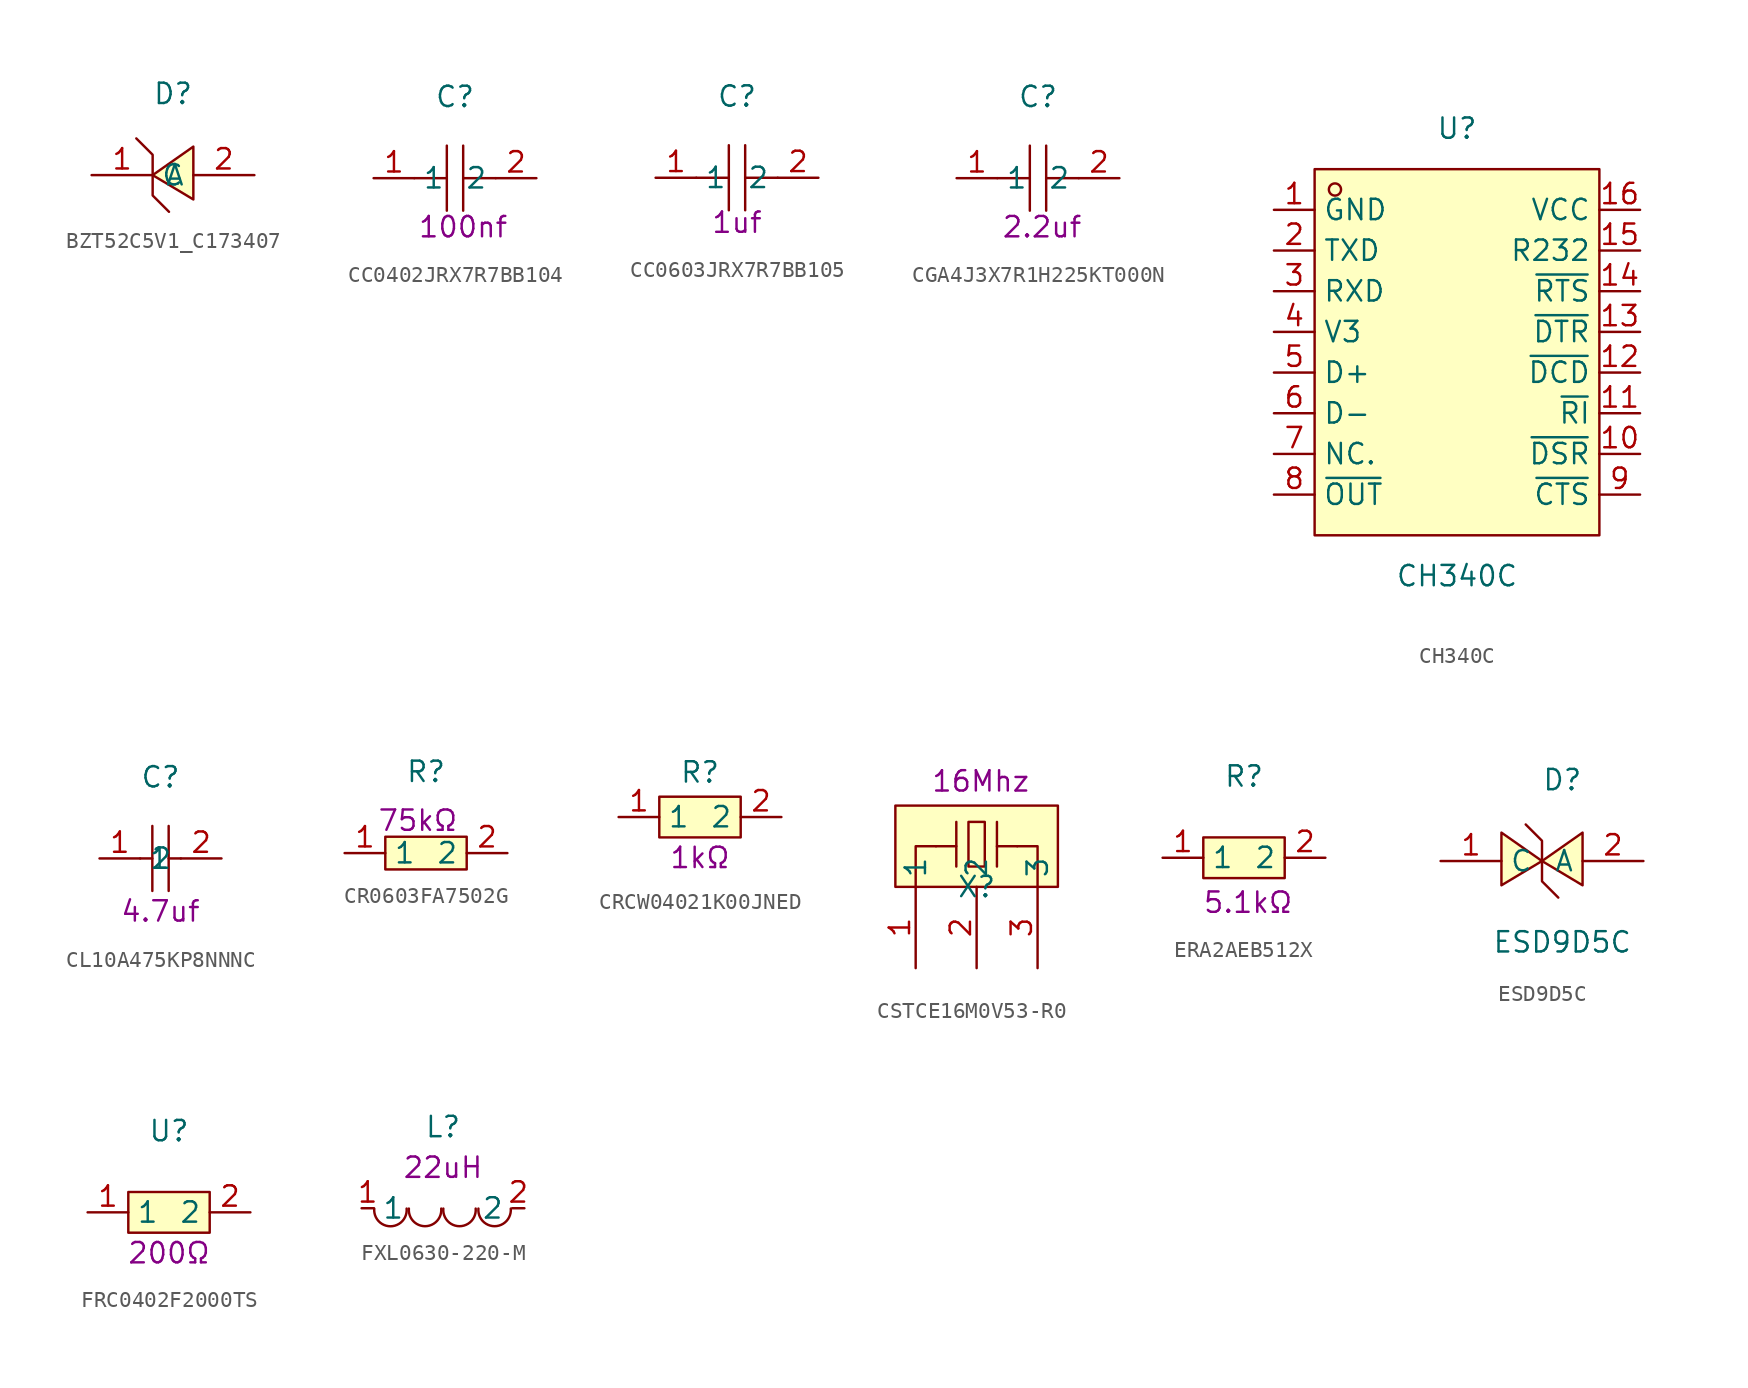
<source format=kicad_sym>
(kicad_symbol_lib
  (version 20241209)
  (generator "kicad_symbol_editor")
  (generator_version "9.0")
  (symbol "BZT52C5V1_C173407"
    (property "Reference" "D"
      (at 0 5.08 0)
      (effects (font (size 1.27 1.27))))
    (symbol "BZT52C5V1_C173407_0_1"
      (polyline (pts (xy -2.29 2.29) (xy -1.27 1.27) (xy -1.27 -1.27) (xy -0.25 -2.29)) (stroke (width 0) (type default)) (fill (type none)))
      (polyline (pts (xy 1.27 -1.52) (xy -1.27 0) (xy 1.27 1.78) (xy 1.27 -1.52)) (stroke (width 0) (type default)) (fill (type background)))
      (pin unspecified line (at -5.08 0 0) (length 3.81) (name "C" (effects (font (size 1.27 1.27)))) (number "1" (effects (font (size 1.27 1.27)))))
      (pin unspecified line (at 5.08 0 180) (length 3.81) (name "A" (effects (font (size 1.27 1.27)))) (number "2" (effects (font (size 1.27 1.27)))))))
  (symbol "CC0402JRX7R7BB104"
    (property "Reference" "C"
      (at 0 5.08 0)
      (effects (font (size 1.27 1.27))))
    (property "Description" "100nf"
      (at 0.508 -3.048 0)
      (effects (font (size 1.27 1.27))))
    (symbol "CC0402JRX7R7BB104_0_1"
      (polyline (pts (xy -0.51 0) (xy -2.54 0)) (stroke (width 0) (type default)) (fill (type none)))
      (polyline (pts (xy -0.51 -2.03) (xy -0.51 2.03)) (stroke (width 0) (type default)) (fill (type none)))
      (polyline (pts (xy 0.51 2.03) (xy 0.51 -2.03)) (stroke (width 0) (type default)) (fill (type none)))
      (polyline (pts (xy 2.54 0) (xy 0.51 0)) (stroke (width 0) (type default)) (fill (type none)))
      (pin unspecified line (at -5.08 0 0) (length 2.54) (name "1" (effects (font (size 1.27 1.27)))) (number "1" (effects (font (size 1.27 1.27)))))
      (pin unspecified line (at 5.08 0 180) (length 2.54) (name "2" (effects (font (size 1.27 1.27)))) (number "2" (effects (font (size 1.27 1.27)))))))
  (symbol "CC0603JRX7R7BB105"
    (property "Reference" "C"
      (at 0 5.08 0)
      (effects (font (size 1.27 1.27))))
    (property "Description" "1uf"
      (at 0 -2.794 0)
      (effects (font (size 1.27 1.27))))
    (symbol "CC0603JRX7R7BB105_0_1"
      (polyline (pts (xy -0.51 0) (xy -2.54 0)) (stroke (width 0) (type default)) (fill (type none)))
      (polyline (pts (xy -0.51 -2.03) (xy -0.51 2.03)) (stroke (width 0) (type default)) (fill (type none)))
      (polyline (pts (xy 0.51 2.03) (xy 0.51 -2.03)) (stroke (width 0) (type default)) (fill (type none)))
      (polyline (pts (xy 2.54 0) (xy 0.51 0)) (stroke (width 0) (type default)) (fill (type none)))
      (pin unspecified line (at -5.08 0 0) (length 2.54) (name "1" (effects (font (size 1.27 1.27)))) (number "1" (effects (font (size 1.27 1.27)))))
      (pin unspecified line (at 5.08 0 180) (length 2.54) (name "2" (effects (font (size 1.27 1.27)))) (number "2" (effects (font (size 1.27 1.27)))))))
  (symbol "CGA4J3X7R1H225KT000N"
    (property "Reference" "C"
      (at 0 5.08 0)
      (effects (font (size 1.27 1.27))))
    (property "Description" "2.2uf"
      (at 0.254 -3.048 0)
      (effects (font (size 1.27 1.27))))
    (symbol "CGA4J3X7R1H225KT000N_0_1"
      (polyline (pts (xy -0.51 0) (xy -2.54 0)) (stroke (width 0) (type default)) (fill (type none)))
      (polyline (pts (xy -0.51 -2.03) (xy -0.51 2.03)) (stroke (width 0) (type default)) (fill (type none)))
      (polyline (pts (xy 0.51 2.03) (xy 0.51 -2.03)) (stroke (width 0) (type default)) (fill (type none)))
      (polyline (pts (xy 2.54 0) (xy 0.51 0)) (stroke (width 0) (type default)) (fill (type none)))
      (pin unspecified line (at -5.08 0 0) (length 2.54) (name "1" (effects (font (size 1.27 1.27)))) (number "1" (effects (font (size 1.27 1.27)))))
      (pin unspecified line (at 5.08 0 180) (length 2.54) (name "2" (effects (font (size 1.27 1.27)))) (number "2" (effects (font (size 1.27 1.27)))))))
  (symbol "CH340C"
    (property "Reference" "U"
      (at 0 13.97 0)
      (effects (font (size 1.27 1.27))))
    (property "Value" "CH340C"
      (at 0 -13.97 0)
      (effects (font (size 1.27 1.27))))
    (symbol "CH340C_0_1"
      (rectangle (start -8.89 11.43) (end 8.89 -11.43) (stroke (width 0) (type default)) (fill (type background)))
      (circle (center -7.62 10.16) (radius 0.38) (stroke (width 0) (type default)) (fill (type none)))
      (pin unspecified line (at -11.43 8.89 0) (length 2.54) (name "GND" (effects (font (size 1.27 1.27)))) (number "1" (effects (font (size 1.27 1.27)))))
      (pin unspecified line (at -11.43 6.35 0) (length 2.54) (name "TXD" (effects (font (size 1.27 1.27)))) (number "2" (effects (font (size 1.27 1.27)))))
      (pin unspecified line (at -11.43 3.81 0) (length 2.54) (name "RXD" (effects (font (size 1.27 1.27)))) (number "3" (effects (font (size 1.27 1.27)))))
      (pin unspecified line (at -11.43 1.27 0) (length 2.54) (name "V3" (effects (font (size 1.27 1.27)))) (number "4" (effects (font (size 1.27 1.27)))))
      (pin unspecified line (at -11.43 -1.27 0) (length 2.54) (name "D+" (effects (font (size 1.27 1.27)))) (number "5" (effects (font (size 1.27 1.27)))))
      (pin unspecified line (at -11.43 -3.81 0) (length 2.54) (name "D-" (effects (font (size 1.27 1.27)))) (number "6" (effects (font (size 1.27 1.27)))))
      (pin unspecified line (at -11.43 -6.35 0) (length 2.54) (name "NC." (effects (font (size 1.27 1.27)))) (number "7" (effects (font (size 1.27 1.27)))))
      (pin unspecified line (at -11.43 -8.89 0) (length 2.54) (name "~{OUT}" (effects (font (size 1.27 1.27)))) (number "8" (effects (font (size 1.27 1.27)))))
      (pin unspecified line (at 11.43 8.89 180) (length 2.54) (name "VCC" (effects (font (size 1.27 1.27)))) (number "16" (effects (font (size 1.27 1.27)))))
      (pin unspecified line (at 11.43 6.35 180) (length 2.54) (name "R232" (effects (font (size 1.27 1.27)))) (number "15" (effects (font (size 1.27 1.27)))))
      (pin unspecified line (at 11.43 3.81 180) (length 2.54) (name "~{RTS}" (effects (font (size 1.27 1.27)))) (number "14" (effects (font (size 1.27 1.27)))))
      (pin unspecified line (at 11.43 1.27 180) (length 2.54) (name "~{DTR}" (effects (font (size 1.27 1.27)))) (number "13" (effects (font (size 1.27 1.27)))))
      (pin unspecified line (at 11.43 -1.27 180) (length 2.54) (name "~{DCD}" (effects (font (size 1.27 1.27)))) (number "12" (effects (font (size 1.27 1.27)))))
      (pin unspecified line (at 11.43 -3.81 180) (length 2.54) (name "~{RI}" (effects (font (size 1.27 1.27)))) (number "11" (effects (font (size 1.27 1.27)))))
      (pin unspecified line (at 11.43 -6.35 180) (length 2.54) (name "~{DSR}" (effects (font (size 1.27 1.27)))) (number "10" (effects (font (size 1.27 1.27)))))
      (pin unspecified line (at 11.43 -8.89 180) (length 2.54) (name "~{CTS}" (effects (font (size 1.27 1.27)))) (number "9" (effects (font (size 1.27 1.27)))))))
  (symbol "CL10A475KP8NNNC"
    (property "Reference" "C"
      (at 0 5.08 0)
      (effects (font (size 1.27 1.27))))
    (property "Description" "4.7uf"
      (at 0 -3.302 0)
      (effects (font (size 1.27 1.27))))
    (symbol "CL10A475KP8NNNC_0_1"
      (polyline (pts (xy -1.27 0) (xy -0.51 0)) (stroke (width 0) (type default)) (fill (type none)))
      (polyline (pts (xy -0.51 2.03) (xy -0.51 -2.03)) (stroke (width 0) (type default)) (fill (type none)))
      (polyline (pts (xy 0.51 2.03) (xy 0.51 -2.03)) (stroke (width 0) (type default)) (fill (type none)))
      (polyline (pts (xy 0.51 0) (xy 1.27 0)) (stroke (width 0) (type default)) (fill (type none)))
      (pin input line (at -3.81 0 0) (length 2.54) (name "1" (effects (font (size 1.27 1.27)))) (number "1" (effects (font (size 1.27 1.27)))))
      (pin input line (at 3.81 0 180) (length 2.54) (name "2" (effects (font (size 1.27 1.27)))) (number "2" (effects (font (size 1.27 1.27)))))))
  (symbol "CR0603FA7502G"
    (property "Reference" "R"
      (at 0 5.08 0)
      (effects (font (size 1.27 1.27))))
    (property "Description" "75kΩ"
      (at -0.508 2.032 0)
      (effects (font (size 1.27 1.27))))
    (symbol "CR0603FA7502G_0_1"
      (rectangle (start -2.54 1.02) (end 2.54 -1.02) (stroke (width 0) (type default)) (fill (type background)))
      (pin input line (at -5.08 0 0) (length 2.54) (name "1" (effects (font (size 1.27 1.27)))) (number "1" (effects (font (size 1.27 1.27)))))
      (pin input line (at 5.08 0 180) (length 2.54) (name "2" (effects (font (size 1.27 1.27)))) (number "2" (effects (font (size 1.27 1.27)))))))
  (symbol "CRCW04021K00JNED"
    (property "Reference" "R"
      (at 0 2.794 0)
      (effects (font (size 1.27 1.27))))
    (property "Description" "1kΩ"
      (at 0 -2.54 0)
      (effects (font (size 1.27 1.27))))
    (symbol "CRCW04021K00JNED_0_1"
      (rectangle (start -2.54 1.27) (end 2.54 -1.27) (stroke (width 0) (type default)) (fill (type background)))
      (pin unspecified line (at -5.08 0 0) (length 2.54) (name "1" (effects (font (size 1.27 1.27)))) (number "1" (effects (font (size 1.27 1.27)))))
      (pin unspecified line (at 5.08 0 180) (length 2.54) (name "2" (effects (font (size 1.27 1.27)))) (number "2" (effects (font (size 1.27 1.27)))))))
  (symbol "CSTCE16M0V53-R0"
    (property "Reference" "X"
      (at 0 0 0)
      (effects (font (size 1.27 1.27))))
    (property "Description" "16Mhz"
      (at 0.254 6.604 0)
      (effects (font (size 1.27 1.27))))
    (symbol "CSTCE16M0V53-R0_0_1"
      (rectangle (start -5.08 5.08) (end 5.08 0) (stroke (width 0) (type default)) (fill (type background)))
      (polyline (pts (xy -2.54 2.54) (xy -3.81 2.54) (xy -3.81 0)) (stroke (width 0) (type default)) (fill (type none)))
      (polyline (pts (xy -1.27 2.54) (xy -2.54 2.54)) (stroke (width 0) (type default)) (fill (type none)))
      (polyline (pts (xy -1.27 1.27) (xy -1.27 4.06)) (stroke (width 0) (type default)) (fill (type none)))
      (polyline (pts (xy 0.51 1.27) (xy 0 1.27) (xy -0.51 1.27) (xy -0.51 4.06) (xy 0.51 4.06) (xy 0.51 1.27)) (stroke (width 0) (type default)) (fill (type background)))
      (polyline (pts (xy 1.27 2.54) (xy 2.54 2.54)) (stroke (width 0) (type default)) (fill (type none)))
      (polyline (pts (xy 1.27 1.27) (xy 1.27 4.06)) (stroke (width 0) (type default)) (fill (type none)))
      (polyline (pts (xy 2.54 2.54) (xy 3.81 2.54) (xy 3.81 0)) (stroke (width 0) (type default)) (fill (type none)))
      (pin unspecified line (at -3.81 -5.08 90) (length 5.08) (name "1" (effects (font (size 1.27 1.27)))) (number "1" (effects (font (size 1.27 1.27)))))
      (pin unspecified line (at 0 -5.08 90) (length 5.08) (name "2" (effects (font (size 1.27 1.27)))) (number "2" (effects (font (size 1.27 1.27)))))
      (pin unspecified line (at 3.81 -5.08 90) (length 5.08) (name "3" (effects (font (size 1.27 1.27)))) (number "3" (effects (font (size 1.27 1.27)))))))
  (symbol "ERA2AEB512X"
    (property "Reference" "R"
      (at 0 5.08 0)
      (effects (font (size 1.27 1.27))))
    (property "Description" "5.1kΩ"
      (at 0.254 -2.794 0)
      (effects (font (size 1.27 1.27))))
    (symbol "ERA2AEB512X_0_1"
      (rectangle (start -2.54 1.27) (end 2.54 -1.27) (stroke (width 0) (type default)) (fill (type background)))
      (pin unspecified line (at -5.08 0 0) (length 2.54) (name "1" (effects (font (size 1.27 1.27)))) (number "1" (effects (font (size 1.27 1.27)))))
      (pin unspecified line (at 5.08 0 180) (length 2.54) (name "2" (effects (font (size 1.27 1.27)))) (number "2" (effects (font (size 1.27 1.27)))))))
  (symbol "ESD9D5C"
    (property "Reference" "D"
      (at 0 5.08 0)
      (effects (font (size 1.27 1.27))))
    (property "Value" "ESD9D5C"
      (at 0 -5.08 0)
      (effects (font (size 1.27 1.27))))
    (symbol "ESD9D5C_0_1"
      (polyline (pts (xy -3.81 -1.52) (xy -1.27 0) (xy -3.81 1.78) (xy -3.81 -1.52)) (stroke (width 0) (type default)) (fill (type background)))
      (polyline (pts (xy -2.29 2.29) (xy -1.27 1.27) (xy -1.27 -1.27) (xy -0.25 -2.29)) (stroke (width 0) (type default)) (fill (type none)))
      (polyline (pts (xy 1.27 -1.52) (xy -1.27 0) (xy 1.27 1.78) (xy 1.27 -1.52)) (stroke (width 0) (type default)) (fill (type background)))
      (pin unspecified line (at -7.62 0 0) (length 3.81) (name "C" (effects (font (size 1.27 1.27)))) (number "1" (effects (font (size 1.27 1.27)))))
      (pin unspecified line (at 5.08 0 180) (length 3.81) (name "A" (effects (font (size 1.27 1.27)))) (number "2" (effects (font (size 1.27 1.27)))))))
  (symbol "FRC0402F2000TS"
    (property "Reference" "U"
      (at 0 5.08 0)
      (effects (font (size 1.27 1.27))))
    (property "Description" "200Ω"
      (at 0 -2.54 0)
      (effects (font (size 1.27 1.27))))
    (symbol "FRC0402F2000TS_0_1"
      (rectangle (start -2.54 1.27) (end 2.54 -1.27) (stroke (width 0) (type default)) (fill (type background)))
      (pin unspecified line (at -5.08 0 0) (length 2.54) (name "1" (effects (font (size 1.27 1.27)))) (number "1" (effects (font (size 1.27 1.27)))))
      (pin unspecified line (at 5.08 0 180) (length 2.54) (name "2" (effects (font (size 1.27 1.27)))) (number "2" (effects (font (size 1.27 1.27)))))))
  (symbol "FXL0630-220-M"
    (property "Reference" "L"
      (at 0 5.08 0)
      (effects (font (size 1.27 1.27))))
    (property "Description" "22uH"
      (at 0 2.54 0)
      (effects (font (size 1.27 1.27))))
    (symbol "FXL0630-220-M_0_1"
      (arc (start -2.27 -0.02) (mid -3.28 -1.1255) (end -4.29 -0.02) (stroke (width 0) (type default)) (fill (type none)))
      (arc (start -0.11 -0.02) (mid -1.12 -1.1204) (end -2.13 -0.02) (stroke (width 0) (type default)) (fill (type none)))
      (arc (start 2.04 -0.02) (mid 1.03 -1.1204) (end 0.02 -0.02) (stroke (width 0) (type default)) (fill (type none)))
      (arc (start 4.23 -0.02) (mid 3.22 -1.1204) (end 2.21 -0.02) (stroke (width 0) (type default)) (fill (type none)))
      (pin unspecified line (at -5.08 0 0) (length 0.762) (name "1" (effects (font (size 1.27 1.27)))) (number "1" (effects (font (size 1.27 1.27)))))
      (pin unspecified line (at 5.08 0 180) (length 0.762) (name "2" (effects (font (size 1.27 1.27)))) (number "2" (effects (font (size 1.27 1.27))))))))
</source>
